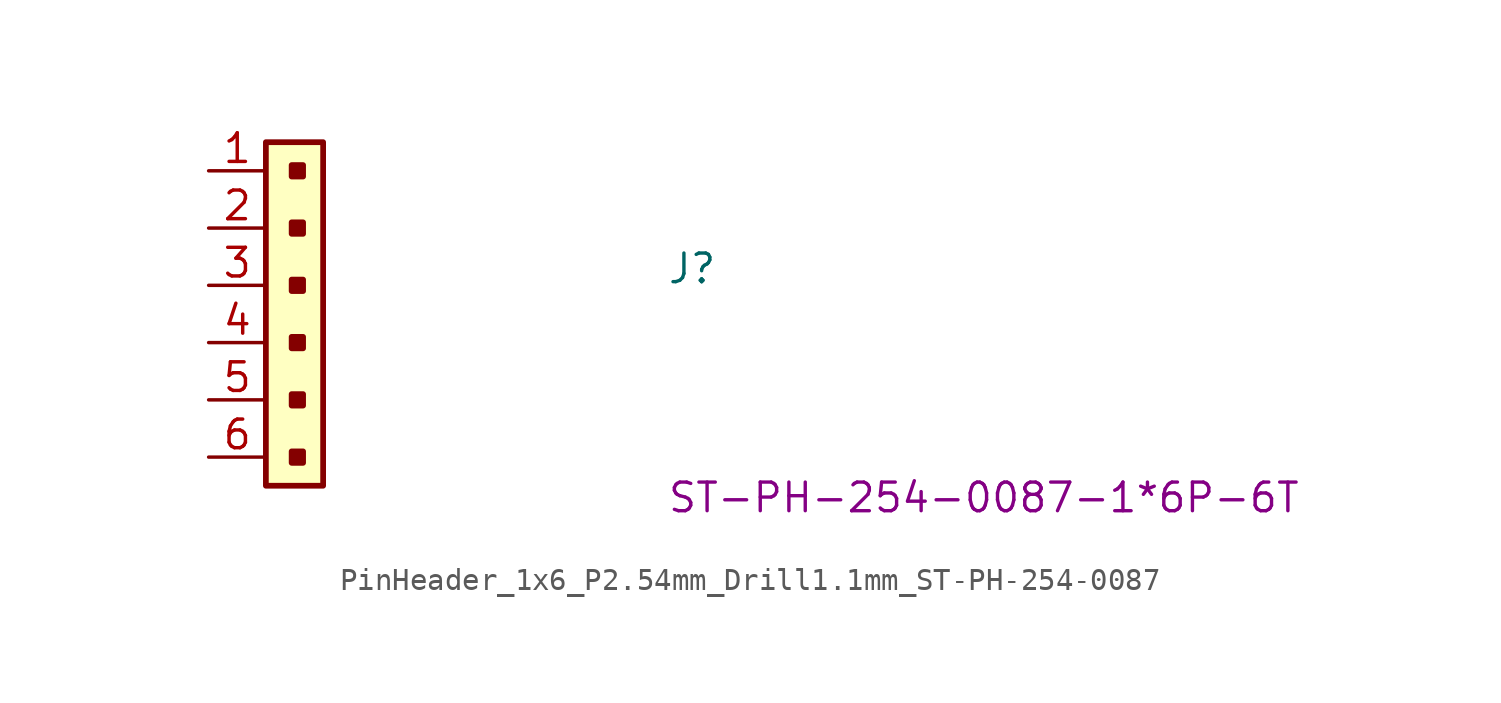
<source format=kicad_sym>
(kicad_symbol_lib
  (version 20220914)
  (generator kicad_symbol_editor)
  (symbol "PinHeader_1x6_P2.54mm_Drill1.1mm_ST-PH-254-0087"
    (property "Reference" "J"
      (at 20.32 -5.08 0)
      (effects (font (size 1.27 1.27) (thickness 0.15)) (justify left bottom)))
    (property "MPN" "ST-PH-254-0087-1*6P-6T"
      (at 20.32 -15.24 0)
      (effects (font (size 1.27 1.27) (thickness 0.15)) (justify left bottom)))
    (symbol "PinHeader_1x6_P2.54mm_Drill1.1mm_ST-PH-254-0087_1_1"
      (rectangle (start 4.191 -12.954) (end 3.683 -12.446) (stroke (width 0.254) (type default)) (fill (type outline)))
      (rectangle (start 4.191 -10.414) (end 3.683 -9.906) (stroke (width 0.254) (type default)) (fill (type outline)))
      (rectangle (start 4.191 -7.874) (end 3.683 -7.366) (stroke (width 0.254) (type default)) (fill (type outline)))
      (rectangle (start 4.191 -5.334) (end 3.683 -4.826) (stroke (width 0.254) (type default)) (fill (type outline)))
      (rectangle (start 4.191 -2.794) (end 3.683 -2.286) (stroke (width 0.254) (type default)) (fill (type outline)))
      (rectangle (start 4.191 -0.254) (end 3.683 0.254) (stroke (width 0.254) (type default)) (fill (type outline)))
      (rectangle (start 5.08 -13.97) (end 2.54 1.27) (stroke (width 0.254) (type default)) (fill (type background)))
      (pin passive line (at 0 0 0) (length 2.54) (name "~" (effects (font (size 1.27 1.27)))) (number "1" (effects (font (size 1.27 1.27)))))
      (pin passive line (at 0 -2.54 0) (length 2.54) (name "~" (effects (font (size 1.27 1.27)))) (number "2" (effects (font (size 1.27 1.27)))))
      (pin passive line (at 0 -5.08 0) (length 2.54) (name "~" (effects (font (size 1.27 1.27)))) (number "3" (effects (font (size 1.27 1.27)))))
      (pin passive line (at 0 -7.62 0) (length 2.54) (name "~" (effects (font (size 1.27 1.27)))) (number "4" (effects (font (size 1.27 1.27)))))
      (pin passive line (at 0 -10.16 0) (length 2.54) (name "~" (effects (font (size 1.27 1.27)))) (number "5" (effects (font (size 1.27 1.27)))))
      (pin passive line (at 0 -12.7 0) (length 2.54) (name "~" (effects (font (size 1.27 1.27)))) (number "6" (effects (font (size 1.27 1.27))))))))
</source>
